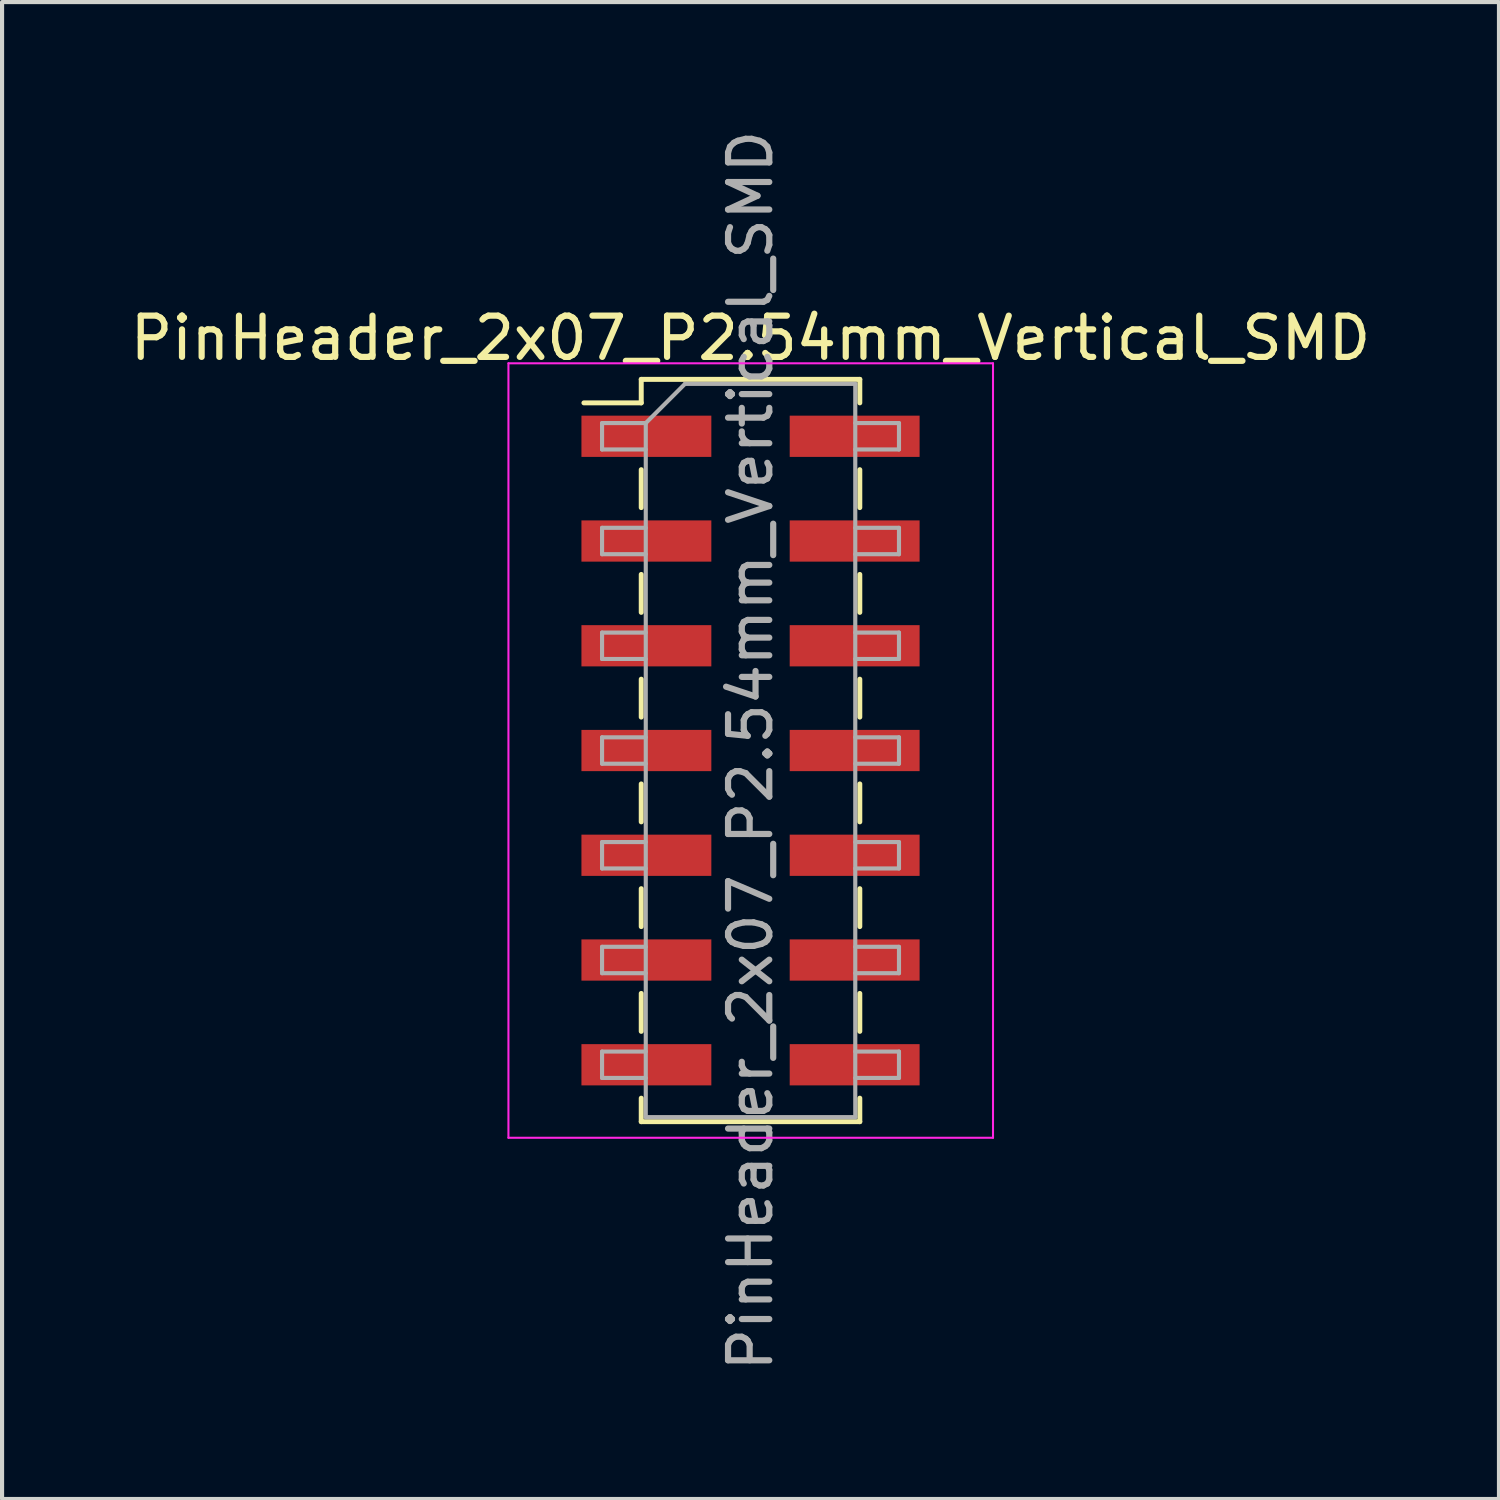
<source format=kicad_pcb>
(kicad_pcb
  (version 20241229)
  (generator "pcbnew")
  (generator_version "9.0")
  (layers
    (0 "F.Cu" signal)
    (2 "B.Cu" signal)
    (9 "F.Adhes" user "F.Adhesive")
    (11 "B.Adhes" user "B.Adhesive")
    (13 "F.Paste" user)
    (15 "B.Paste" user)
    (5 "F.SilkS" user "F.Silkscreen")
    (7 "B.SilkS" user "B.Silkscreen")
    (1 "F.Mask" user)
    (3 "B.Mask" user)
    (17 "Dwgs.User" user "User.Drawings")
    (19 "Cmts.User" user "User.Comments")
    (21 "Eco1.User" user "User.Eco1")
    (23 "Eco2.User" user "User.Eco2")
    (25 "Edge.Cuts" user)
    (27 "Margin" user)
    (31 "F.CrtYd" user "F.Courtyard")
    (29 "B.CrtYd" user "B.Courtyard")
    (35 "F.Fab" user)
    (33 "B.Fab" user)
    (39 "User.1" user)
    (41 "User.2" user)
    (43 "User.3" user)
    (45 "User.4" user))
  (footprint "PinHeader_2x07_P2.54mm_Vertical_SMD"
    (layer "F.Cu")
    (at 15.149 15.149)
    (property "Reference" "PinHeader_2x07_P2.54mm_Vertical_SMD" (at 0 -10 0) (layer "F.SilkS") (effects (font (size 1 1) (thickness 0.15))))
    (attr smd)
    (fp_line (start -4.04 -8.43) (end -2.65 -8.43) (stroke (width 0.12) (type solid)) (layer "F.SilkS"))
    (fp_line (start -2.65 -9) (end -2.65 -8.43) (stroke (width 0.12) (type solid)) (layer "F.SilkS"))
    (fp_line (start -2.65 -9) (end 2.65 -9) (stroke (width 0.12) (type solid)) (layer "F.SilkS"))
    (fp_line (start -2.65 -6.81) (end -2.65 -5.89) (stroke (width 0.12) (type solid)) (layer "F.SilkS"))
    (fp_line (start -2.65 -4.27) (end -2.65 -3.35) (stroke (width 0.12) (type solid)) (layer "F.SilkS"))
    (fp_line (start -2.65 -1.73) (end -2.65 -0.81) (stroke (width 0.12) (type solid)) (layer "F.SilkS"))
    (fp_line (start -2.65 0.81) (end -2.65 1.73) (stroke (width 0.12) (type solid)) (layer "F.SilkS"))
    (fp_line (start -2.65 3.35) (end -2.65 4.27) (stroke (width 0.12) (type solid)) (layer "F.SilkS"))
    (fp_line (start -2.65 5.89) (end -2.65 6.81) (stroke (width 0.12) (type solid)) (layer "F.SilkS"))
    (fp_line (start -2.65 8.43) (end -2.65 9) (stroke (width 0.12) (type solid)) (layer "F.SilkS"))
    (fp_line (start -2.65 9) (end 2.65 9) (stroke (width 0.12) (type solid)) (layer "F.SilkS"))
    (fp_line (start 2.65 -9) (end 2.65 -8.43) (stroke (width 0.12) (type solid)) (layer "F.SilkS"))
    (fp_line (start 2.65 -6.81) (end 2.65 -5.89) (stroke (width 0.12) (type solid)) (layer "F.SilkS"))
    (fp_line (start 2.65 -4.27) (end 2.65 -3.35) (stroke (width 0.12) (type solid)) (layer "F.SilkS"))
    (fp_line (start 2.65 -1.73) (end 2.65 -0.81) (stroke (width 0.12) (type solid)) (layer "F.SilkS"))
    (fp_line (start 2.65 0.81) (end 2.65 1.73) (stroke (width 0.12) (type solid)) (layer "F.SilkS"))
    (fp_line (start 2.65 3.35) (end 2.65 4.27) (stroke (width 0.12) (type solid)) (layer "F.SilkS"))
    (fp_line (start 2.65 5.89) (end 2.65 6.81) (stroke (width 0.12) (type solid)) (layer "F.SilkS"))
    (fp_line (start 2.65 8.43) (end 2.65 9) (stroke (width 0.12) (type solid)) (layer "F.SilkS"))
    (fp_line (start -5.87 -9.39) (end -5.87 9.39) (stroke (width 0.05) (type solid)) (layer "F.CrtYd"))
    (fp_line (start -5.87 9.39) (end 5.88 9.39) (stroke (width 0.05) (type solid)) (layer "F.CrtYd"))
    (fp_line (start 5.88 -9.39) (end -5.87 -9.39) (stroke (width 0.05) (type solid)) (layer "F.CrtYd"))
    (fp_line (start 5.88 9.39) (end 5.88 -9.39) (stroke (width 0.05) (type solid)) (layer "F.CrtYd"))
    (fp_line (start -3.6 -7.94) (end -3.6 -7.3) (stroke (width 0.1) (type solid)) (layer "F.Fab"))
    (fp_line (start -3.6 -7.3) (end -2.54 -7.3) (stroke (width 0.1) (type solid)) (layer "F.Fab"))
    (fp_line (start -3.6 -5.4) (end -3.6 -4.76) (stroke (width 0.1) (type solid)) (layer "F.Fab"))
    (fp_line (start -3.6 -4.76) (end -2.54 -4.76) (stroke (width 0.1) (type solid)) (layer "F.Fab"))
    (fp_line (start -3.6 -2.86) (end -3.6 -2.22) (stroke (width 0.1) (type solid)) (layer "F.Fab"))
    (fp_line (start -3.6 -2.22) (end -2.54 -2.22) (stroke (width 0.1) (type solid)) (layer "F.Fab"))
    (fp_line (start -3.6 -0.32) (end -3.6 0.32) (stroke (width 0.1) (type solid)) (layer "F.Fab"))
    (fp_line (start -3.6 0.32) (end -2.54 0.32) (stroke (width 0.1) (type solid)) (layer "F.Fab"))
    (fp_line (start -3.6 2.22) (end -3.6 2.86) (stroke (width 0.1) (type solid)) (layer "F.Fab"))
    (fp_line (start -3.6 2.86) (end -2.54 2.86) (stroke (width 0.1) (type solid)) (layer "F.Fab"))
    (fp_line (start -3.6 4.76) (end -3.6 5.4) (stroke (width 0.1) (type solid)) (layer "F.Fab"))
    (fp_line (start -3.6 5.4) (end -2.54 5.4) (stroke (width 0.1) (type solid)) (layer "F.Fab"))
    (fp_line (start -3.6 7.3) (end -3.6 7.94) (stroke (width 0.1) (type solid)) (layer "F.Fab"))
    (fp_line (start -3.6 7.94) (end -2.54 7.94) (stroke (width 0.1) (type solid)) (layer "F.Fab"))
    (fp_line (start -2.54 -7.94) (end -3.6 -7.94) (stroke (width 0.1) (type solid)) (layer "F.Fab"))
    (fp_line (start -2.54 -7.94) (end -1.59 -8.89) (stroke (width 0.1) (type solid)) (layer "F.Fab"))
    (fp_line (start -2.54 -5.4) (end -3.6 -5.4) (stroke (width 0.1) (type solid)) (layer "F.Fab"))
    (fp_line (start -2.54 -2.86) (end -3.6 -2.86) (stroke (width 0.1) (type solid)) (layer "F.Fab"))
    (fp_line (start -2.54 -0.32) (end -3.6 -0.32) (stroke (width 0.1) (type solid)) (layer "F.Fab"))
    (fp_line (start -2.54 2.22) (end -3.6 2.22) (stroke (width 0.1) (type solid)) (layer "F.Fab"))
    (fp_line (start -2.54 4.76) (end -3.6 4.76) (stroke (width 0.1) (type solid)) (layer "F.Fab"))
    (fp_line (start -2.54 7.3) (end -3.6 7.3) (stroke (width 0.1) (type solid)) (layer "F.Fab"))
    (fp_line (start -2.54 8.89) (end -2.54 -7.94) (stroke (width 0.1) (type solid)) (layer "F.Fab"))
    (fp_line (start -1.59 -8.89) (end 2.54 -8.89) (stroke (width 0.1) (type solid)) (layer "F.Fab"))
    (fp_line (start 2.54 -8.89) (end 2.54 8.89) (stroke (width 0.1) (type solid)) (layer "F.Fab"))
    (fp_line (start 2.54 -7.94) (end 3.6 -7.94) (stroke (width 0.1) (type solid)) (layer "F.Fab"))
    (fp_line (start 2.54 -5.4) (end 3.6 -5.4) (stroke (width 0.1) (type solid)) (layer "F.Fab"))
    (fp_line (start 2.54 -2.86) (end 3.6 -2.86) (stroke (width 0.1) (type solid)) (layer "F.Fab"))
    (fp_line (start 2.54 -0.32) (end 3.6 -0.32) (stroke (width 0.1) (type solid)) (layer "F.Fab"))
    (fp_line (start 2.54 2.22) (end 3.6 2.22) (stroke (width 0.1) (type solid)) (layer "F.Fab"))
    (fp_line (start 2.54 4.76) (end 3.6 4.76) (stroke (width 0.1) (type solid)) (layer "F.Fab"))
    (fp_line (start 2.54 7.3) (end 3.6 7.3) (stroke (width 0.1) (type solid)) (layer "F.Fab"))
    (fp_line (start 2.54 8.89) (end -2.54 8.89) (stroke (width 0.1) (type solid)) (layer "F.Fab"))
    (fp_line (start 3.6 -7.94) (end 3.6 -7.3) (stroke (width 0.1) (type solid)) (layer "F.Fab"))
    (fp_line (start 3.6 -7.3) (end 2.54 -7.3) (stroke (width 0.1) (type solid)) (layer "F.Fab"))
    (fp_line (start 3.6 -5.4) (end 3.6 -4.76) (stroke (width 0.1) (type solid)) (layer "F.Fab"))
    (fp_line (start 3.6 -4.76) (end 2.54 -4.76) (stroke (width 0.1) (type solid)) (layer "F.Fab"))
    (fp_line (start 3.6 -2.86) (end 3.6 -2.22) (stroke (width 0.1) (type solid)) (layer "F.Fab"))
    (fp_line (start 3.6 -2.22) (end 2.54 -2.22) (stroke (width 0.1) (type solid)) (layer "F.Fab"))
    (fp_line (start 3.6 -0.32) (end 3.6 0.32) (stroke (width 0.1) (type solid)) (layer "F.Fab"))
    (fp_line (start 3.6 0.32) (end 2.54 0.32) (stroke (width 0.1) (type solid)) (layer "F.Fab"))
    (fp_line (start 3.6 2.22) (end 3.6 2.86) (stroke (width 0.1) (type solid)) (layer "F.Fab"))
    (fp_line (start 3.6 2.86) (end 2.54 2.86) (stroke (width 0.1) (type solid)) (layer "F.Fab"))
    (fp_line (start 3.6 4.76) (end 3.6 5.4) (stroke (width 0.1) (type solid)) (layer "F.Fab"))
    (fp_line (start 3.6 5.4) (end 2.54 5.4) (stroke (width 0.1) (type solid)) (layer "F.Fab"))
    (fp_line (start 3.6 7.3) (end 3.6 7.94) (stroke (width 0.1) (type solid)) (layer "F.Fab"))
    (fp_line (start 3.6 7.94) (end 2.54 7.94) (stroke (width 0.1) (type solid)) (layer "F.Fab"))
    (fp_text user "${REFERENCE}" (at 0 0 90) (layer "F.Fab") (effects (font (size 1 1) (thickness 0.15))))
    (pad "1" smd rect (at -2.525 -7.62) (size 3.15 1) (layers "F.Cu" "F.Mask" "F.Paste"))
    (pad "2" smd rect (at 2.525 -7.62) (size 3.15 1) (layers "F.Cu" "F.Mask" "F.Paste"))
    (pad "3" smd rect (at -2.525 -5.08) (size 3.15 1) (layers "F.Cu" "F.Mask" "F.Paste"))
    (pad "4" smd rect (at 2.525 -5.08) (size 3.15 1) (layers "F.Cu" "F.Mask" "F.Paste"))
    (pad "5" smd rect (at -2.525 -2.54) (size 3.15 1) (layers "F.Cu" "F.Mask" "F.Paste"))
    (pad "6" smd rect (at 2.525 -2.54) (size 3.15 1) (layers "F.Cu" "F.Mask" "F.Paste"))
    (pad "7" smd rect (at -2.525 0) (size 3.15 1) (layers "F.Cu" "F.Mask" "F.Paste"))
    (pad "8" smd rect (at 2.525 0) (size 3.15 1) (layers "F.Cu" "F.Mask" "F.Paste"))
    (pad "9" smd rect (at -2.525 2.54) (size 3.15 1) (layers "F.Cu" "F.Mask" "F.Paste"))
    (pad "10" smd rect (at 2.525 2.54) (size 3.15 1) (layers "F.Cu" "F.Mask" "F.Paste"))
    (pad "11" smd rect (at -2.525 5.08) (size 3.15 1) (layers "F.Cu" "F.Mask" "F.Paste"))
    (pad "12" smd rect (at 2.525 5.08) (size 3.15 1) (layers "F.Cu" "F.Mask" "F.Paste"))
    (pad "13" smd rect (at -2.525 7.62) (size 3.15 1) (layers "F.Cu" "F.Mask" "F.Paste"))
    (pad "14" smd rect (at 2.525 7.62) (size 3.15 1) (layers "F.Cu" "F.Mask" "F.Paste")))
  (gr_rect
    (start -3 -3)
    (end 33.298 33.298)
    (stroke (width 0.1) (type default))
    (fill no)
    (layer "Edge.Cuts")))
</source>
